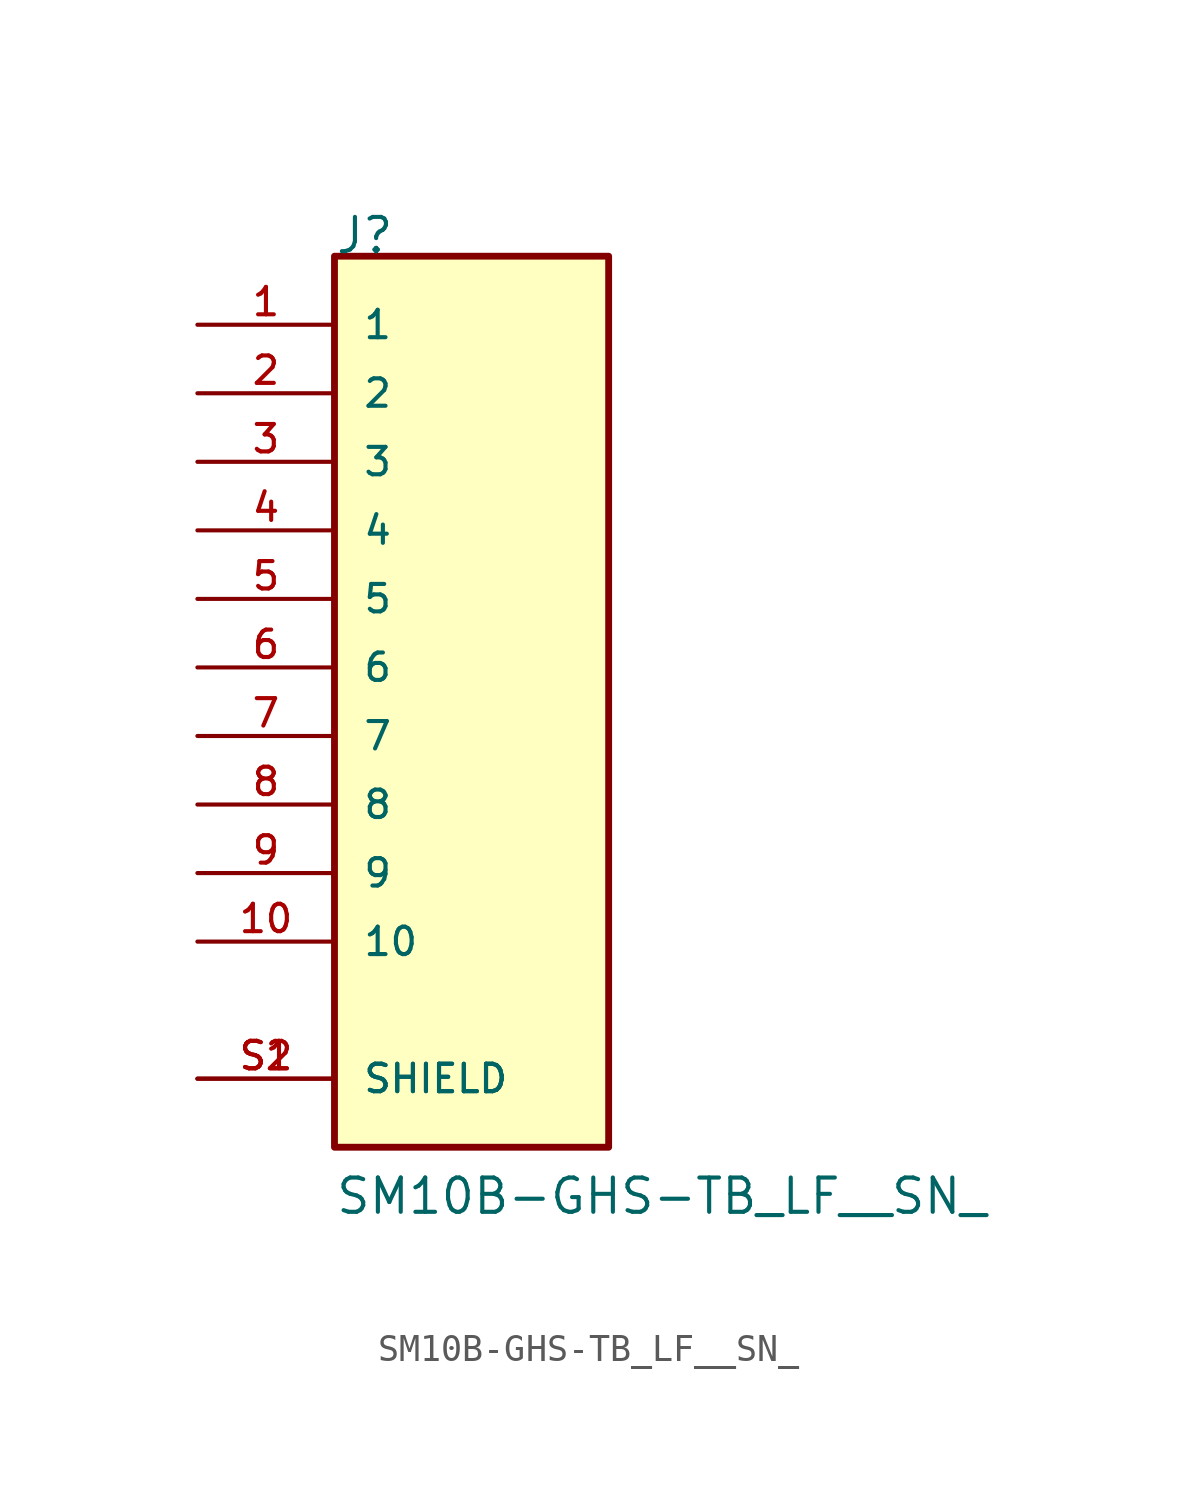
<source format=kicad_sym>
(kicad_symbol_lib
  (version 20211014)
  (generator kicad_symbol_editor)
  (symbol "SM10B-GHS-TB_LF__SN_"
    (pin_names
      (offset 1.016))
    (property "Reference" "J"
      (at -5.088 15.263 0)
      (effects (font (size 1.27 1.27)) (justify bottom left)))
    (property "Value" "SM10B-GHS-TB_LF__SN_"
      (at -5.084 -20.336 0)
      (effects (font (size 1.27 1.27)) (justify bottom left)))
    (symbol "SM10B-GHS-TB_LF__SN__0_0"
      (rectangle (start -5.08 -17.78) (end 5.08 15.24) (stroke (width 0.254)) (fill (type background)))
      (pin passive line (at -10.16 12.7 0) (length 5.08) (name "1" (effects (font (size 1.016 1.016)))) (number "1" (effects (font (size 1.016 1.016)))))
      (pin passive line (at -10.16 10.16 0) (length 5.08) (name "2" (effects (font (size 1.016 1.016)))) (number "2" (effects (font (size 1.016 1.016)))))
      (pin passive line (at -10.16 7.62 0) (length 5.08) (name "3" (effects (font (size 1.016 1.016)))) (number "3" (effects (font (size 1.016 1.016)))))
      (pin passive line (at -10.16 5.08 0) (length 5.08) (name "4" (effects (font (size 1.016 1.016)))) (number "4" (effects (font (size 1.016 1.016)))))
      (pin passive line (at -10.16 2.54 0) (length 5.08) (name "5" (effects (font (size 1.016 1.016)))) (number "5" (effects (font (size 1.016 1.016)))))
      (pin passive line (at -10.16 0.0 0) (length 5.08) (name "6" (effects (font (size 1.016 1.016)))) (number "6" (effects (font (size 1.016 1.016)))))
      (pin passive line (at -10.16 -2.54 0) (length 5.08) (name "7" (effects (font (size 1.016 1.016)))) (number "7" (effects (font (size 1.016 1.016)))))
      (pin passive line (at -10.16 -5.08 0) (length 5.08) (name "8" (effects (font (size 1.016 1.016)))) (number "8" (effects (font (size 1.016 1.016)))))
      (pin passive line (at -10.16 -7.62 0) (length 5.08) (name "9" (effects (font (size 1.016 1.016)))) (number "9" (effects (font (size 1.016 1.016)))))
      (pin passive line (at -10.16 -10.16 0) (length 5.08) (name "10" (effects (font (size 1.016 1.016)))) (number "10" (effects (font (size 1.016 1.016)))))
      (pin passive line (at -10.16 -15.24 0) (length 5.08) (name "SHIELD" (effects (font (size 1.016 1.016)))) (number "S1" (effects (font (size 1.016 1.016)))))
      (pin passive line (at -10.16 -15.24 0) (length 5.08) (name "SHIELD" (effects (font (size 1.016 1.016)))) (number "S2" (effects (font (size 1.016 1.016))))))))
</source>
